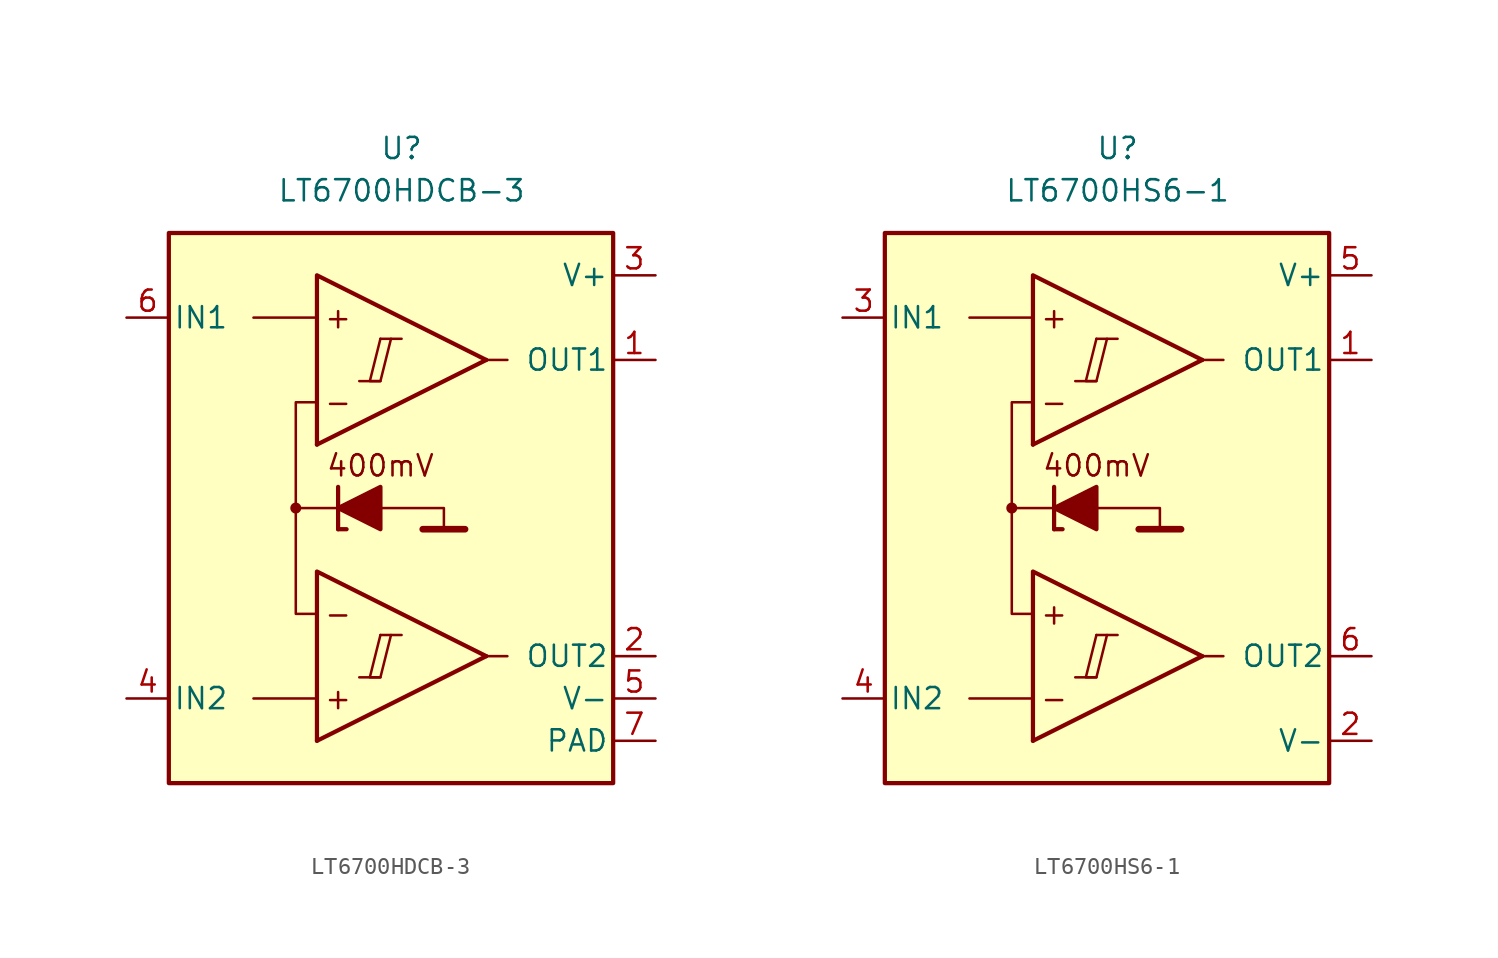
<source format=kicad_sym>
(kicad_symbol_lib
  (version 20211014)
  (generator kicad_symbol_editor)
  (symbol "LT6700HDCB-3"
    (pin_names
      (offset 0.254))
    (property "Reference" "U"
      (at 0 22.86 0)
      (effects (font (size 1.27 1.27))))
    (property "Value" "LT6700HDCB-3"
      (at 0 20.32 0)
      (effects (font (size 1.27 1.27))))
    (symbol "LT6700HDCB-3_0_0"
      (rectangle (start -13.97 17.78) (end 12.7 -15.24) (stroke (width 0.254) (type default) (color 0 0 0 0)) (fill (type background)))
      (circle (center -6.35 1.27) (radius 0.254) (stroke (width 0.152) (type default) (color 0 0 0 0)) (fill (type outline)))
      (polyline (pts (xy -2.54 -8.89) (xy -1.27 -8.89)) (stroke (width 0.152) (type default) (color 0 0 0 0)) (fill (type none)))
      (polyline (pts (xy -2.54 8.89) (xy -1.27 8.89)) (stroke (width 0.152) (type default) (color 0 0 0 0)) (fill (type none)))
      (polyline (pts (xy -1.27 -6.35) (xy 0 -6.35)) (stroke (width 0.152) (type default) (color 0 0 0 0)) (fill (type none)))
      (polyline (pts (xy -1.27 11.43) (xy 0 11.43)) (stroke (width 0.152) (type default) (color 0 0 0 0)) (fill (type none)))
      (polyline (pts (xy 5.08 -7.62) (xy -5.08 -12.7)) (stroke (width 0.254) (type default) (color 0 0 0 0)) (fill (type none)))
      (polyline (pts (xy 5.08 10.16) (xy -5.08 5.08)) (stroke (width 0.254) (type default) (color 0 0 0 0)) (fill (type none)))
      (polyline (pts (xy 5.08 -7.62) (xy -5.08 -2.54) (xy -5.08 -12.7)) (stroke (width 0.254) (type default) (color 0 0 0 0)) (fill (type background)))
      (polyline (pts (xy 5.08 10.16) (xy -5.08 15.24) (xy -5.08 5.08)) (stroke (width 0.254) (type default) (color 0 0 0 0)) (fill (type background)))
      (polyline (pts (xy -1.27 -6.35) (xy -1.905 -8.89) (xy -1.27 -8.89) (xy -0.635 -6.35)) (stroke (width 0.152) (type default) (color 0 0 0 0)) (fill (type none)))
      (polyline (pts (xy -1.27 11.43) (xy -1.905 8.89) (xy -1.27 8.89) (xy -0.635 11.43)) (stroke (width 0.152) (type default) (color 0 0 0 0)) (fill (type none)))
      (text "+" (at -3.81 -10.16 0) (effects (font (size 1.27 1.27))))
      (text "+" (at -3.81 12.7 0) (effects (font (size 1.27 1.27))))
      (text "-" (at -3.81 -5.08 0) (effects (font (size 1.27 1.27))))
      (text "-" (at -3.81 7.62 0) (effects (font (size 1.27 1.27)))))
    (symbol "LT6700HDCB-3_0_1"
      (polyline (pts (xy -5.08 -10.16) (xy -8.89 -10.16)) (stroke (width 0) (type default) (color 0 0 0 0)) (fill (type none)))
      (polyline (pts (xy -5.08 12.7) (xy -8.89 12.7)) (stroke (width 0) (type default) (color 0 0 0 0)) (fill (type none)))
      (polyline (pts (xy -3.81 0) (xy -3.81 2.54)) (stroke (width 0.254) (type default) (color 0 0 0 0)) (fill (type none)))
      (polyline (pts (xy -3.81 0) (xy -3.302 0)) (stroke (width 0.254) (type default) (color 0 0 0 0)) (fill (type none)))
      (polyline (pts (xy -3.81 1.27) (xy -6.35 1.27)) (stroke (width 0.152) (type default) (color 0 0 0 0)) (fill (type none)))
      (polyline (pts (xy 1.27 0) (xy 3.81 0)) (stroke (width 0.4) (type default) (color 0 0 0 0)) (fill (type none)))
      (polyline (pts (xy 5.08 -7.62) (xy 6.35 -7.62)) (stroke (width 0) (type default) (color 0 0 0 0)) (fill (type none)))
      (polyline (pts (xy 5.08 10.16) (xy 6.35 10.16)) (stroke (width 0) (type default) (color 0 0 0 0)) (fill (type none)))
      (polyline (pts (xy -1.27 1.27) (xy 2.54 1.27) (xy 2.54 0)) (stroke (width 0.152) (type default) (color 0 0 0 0)) (fill (type none)))
      (polyline (pts (xy -5.08 -5.08) (xy -6.35 -5.08) (xy -6.35 7.62) (xy -5.08 7.62)) (stroke (width 0.152) (type default) (color 0 0 0 0)) (fill (type none)))
      (polyline (pts (xy -1.27 2.54) (xy -1.27 0) (xy -3.81 1.27) (xy -1.27 2.54)) (stroke (width 0.254) (type default) (color 0 0 0 0)) (fill (type outline))))
    (symbol "LT6700HDCB-3_1_0"
      (text "400mV" (at -1.27 3.81 0) (effects (font (size 1.27 1.27)))))
    (symbol "LT6700HDCB-3_1_1"
      (pin output line (at 15.24 10.16 180) (length 2.54) (name "OUT1" (effects (font (size 1.27 1.27)))) (number "1" (effects (font (size 1.27 1.27)))))
      (pin output line (at 15.24 -7.62 180) (length 2.54) (name "OUT2" (effects (font (size 1.27 1.27)))) (number "2" (effects (font (size 1.27 1.27)))))
      (pin power_in line (at 15.24 15.24 180) (length 2.54) (name "V+" (effects (font (size 1.27 1.27)))) (number "3" (effects (font (size 1.27 1.27)))))
      (pin input line (at -16.51 -10.16 0) (length 2.54) (name "IN2" (effects (font (size 1.27 1.27)))) (number "4" (effects (font (size 1.27 1.27)))))
      (pin power_in line (at 15.24 -10.16 180) (length 2.54) (name "V-" (effects (font (size 1.27 1.27)))) (number "5" (effects (font (size 1.27 1.27)))))
      (pin input line (at -16.51 12.7 0) (length 2.54) (name "IN1" (effects (font (size 1.27 1.27)))) (number "6" (effects (font (size 1.27 1.27)))))
      (pin power_in line (at 15.24 -12.7 180) (length 2.54) (name "PAD" (effects (font (size 1.27 1.27)))) (number "7" (effects (font (size 1.27 1.27)))))))
  (symbol "LT6700HS6-1"
    (pin_names
      (offset 0.254))
    (property "Reference" "U"
      (at 0 22.86 0)
      (effects (font (size 1.27 1.27))))
    (property "Value" "LT6700HS6-1"
      (at 0 20.32 0)
      (effects (font (size 1.27 1.27))))
    (symbol "LT6700HS6-1_0_0"
      (rectangle (start -13.97 17.78) (end 12.7 -15.24) (stroke (width 0.254) (type default) (color 0 0 0 0)) (fill (type background)))
      (circle (center -6.35 1.27) (radius 0.254) (stroke (width 0.152) (type default) (color 0 0 0 0)) (fill (type outline)))
      (polyline (pts (xy -2.54 -8.89) (xy -1.27 -8.89)) (stroke (width 0.152) (type default) (color 0 0 0 0)) (fill (type none)))
      (polyline (pts (xy -2.54 8.89) (xy -1.27 8.89)) (stroke (width 0.152) (type default) (color 0 0 0 0)) (fill (type none)))
      (polyline (pts (xy -1.27 -6.35) (xy 0 -6.35)) (stroke (width 0.152) (type default) (color 0 0 0 0)) (fill (type none)))
      (polyline (pts (xy -1.27 11.43) (xy 0 11.43)) (stroke (width 0.152) (type default) (color 0 0 0 0)) (fill (type none)))
      (polyline (pts (xy 5.08 -7.62) (xy -5.08 -12.7)) (stroke (width 0.254) (type default) (color 0 0 0 0)) (fill (type none)))
      (polyline (pts (xy 5.08 10.16) (xy -5.08 5.08)) (stroke (width 0.254) (type default) (color 0 0 0 0)) (fill (type none)))
      (polyline (pts (xy 5.08 -7.62) (xy -5.08 -2.54) (xy -5.08 -12.7)) (stroke (width 0.254) (type default) (color 0 0 0 0)) (fill (type background)))
      (polyline (pts (xy 5.08 10.16) (xy -5.08 15.24) (xy -5.08 5.08)) (stroke (width 0.254) (type default) (color 0 0 0 0)) (fill (type background)))
      (polyline (pts (xy -1.27 -6.35) (xy -1.905 -8.89) (xy -1.27 -8.89) (xy -0.635 -6.35)) (stroke (width 0.152) (type default) (color 0 0 0 0)) (fill (type none)))
      (polyline (pts (xy -1.27 11.43) (xy -1.905 8.89) (xy -1.27 8.89) (xy -0.635 11.43)) (stroke (width 0.152) (type default) (color 0 0 0 0)) (fill (type none)))
      (text "+" (at -3.81 -5.08 0) (effects (font (size 1.27 1.27))))
      (text "+" (at -3.81 12.7 0) (effects (font (size 1.27 1.27))))
      (text "-" (at -3.81 -10.16 0) (effects (font (size 1.27 1.27))))
      (text "-" (at -3.81 7.62 0) (effects (font (size 1.27 1.27)))))
    (symbol "LT6700HS6-1_0_1"
      (polyline (pts (xy -5.08 -10.16) (xy -8.89 -10.16)) (stroke (width 0) (type default) (color 0 0 0 0)) (fill (type none)))
      (polyline (pts (xy -5.08 12.7) (xy -8.89 12.7)) (stroke (width 0) (type default) (color 0 0 0 0)) (fill (type none)))
      (polyline (pts (xy -3.81 0) (xy -3.81 2.54)) (stroke (width 0.254) (type default) (color 0 0 0 0)) (fill (type none)))
      (polyline (pts (xy -3.81 0) (xy -3.302 0)) (stroke (width 0.254) (type default) (color 0 0 0 0)) (fill (type none)))
      (polyline (pts (xy -3.81 1.27) (xy -6.35 1.27)) (stroke (width 0.152) (type default) (color 0 0 0 0)) (fill (type none)))
      (polyline (pts (xy 1.27 0) (xy 3.81 0)) (stroke (width 0.4) (type default) (color 0 0 0 0)) (fill (type none)))
      (polyline (pts (xy 5.08 -7.62) (xy 6.35 -7.62)) (stroke (width 0) (type default) (color 0 0 0 0)) (fill (type none)))
      (polyline (pts (xy 5.08 10.16) (xy 6.35 10.16)) (stroke (width 0) (type default) (color 0 0 0 0)) (fill (type none)))
      (polyline (pts (xy -1.27 1.27) (xy 2.54 1.27) (xy 2.54 0)) (stroke (width 0.152) (type default) (color 0 0 0 0)) (fill (type none)))
      (polyline (pts (xy -5.08 -5.08) (xy -6.35 -5.08) (xy -6.35 7.62) (xy -5.08 7.62)) (stroke (width 0.152) (type default) (color 0 0 0 0)) (fill (type none)))
      (polyline (pts (xy -1.27 2.54) (xy -1.27 0) (xy -3.81 1.27) (xy -1.27 2.54)) (stroke (width 0.254) (type default) (color 0 0 0 0)) (fill (type outline))))
    (symbol "LT6700HS6-1_1_0"
      (text "400mV" (at -1.27 3.81 0) (effects (font (size 1.27 1.27)))))
    (symbol "LT6700HS6-1_1_1"
      (pin output line (at 15.24 10.16 180) (length 2.54) (name "OUT1" (effects (font (size 1.27 1.27)))) (number "1" (effects (font (size 1.27 1.27)))))
      (pin power_in line (at 15.24 -12.7 180) (length 2.54) (name "V-" (effects (font (size 1.27 1.27)))) (number "2" (effects (font (size 1.27 1.27)))))
      (pin input line (at -16.51 12.7 0) (length 2.54) (name "IN1" (effects (font (size 1.27 1.27)))) (number "3" (effects (font (size 1.27 1.27)))))
      (pin input line (at -16.51 -10.16 0) (length 2.54) (name "IN2" (effects (font (size 1.27 1.27)))) (number "4" (effects (font (size 1.27 1.27)))))
      (pin power_in line (at 15.24 15.24 180) (length 2.54) (name "V+" (effects (font (size 1.27 1.27)))) (number "5" (effects (font (size 1.27 1.27)))))
      (pin output line (at 15.24 -7.62 180) (length 2.54) (name "OUT2" (effects (font (size 1.27 1.27)))) (number "6" (effects (font (size 1.27 1.27))))))))
</source>
